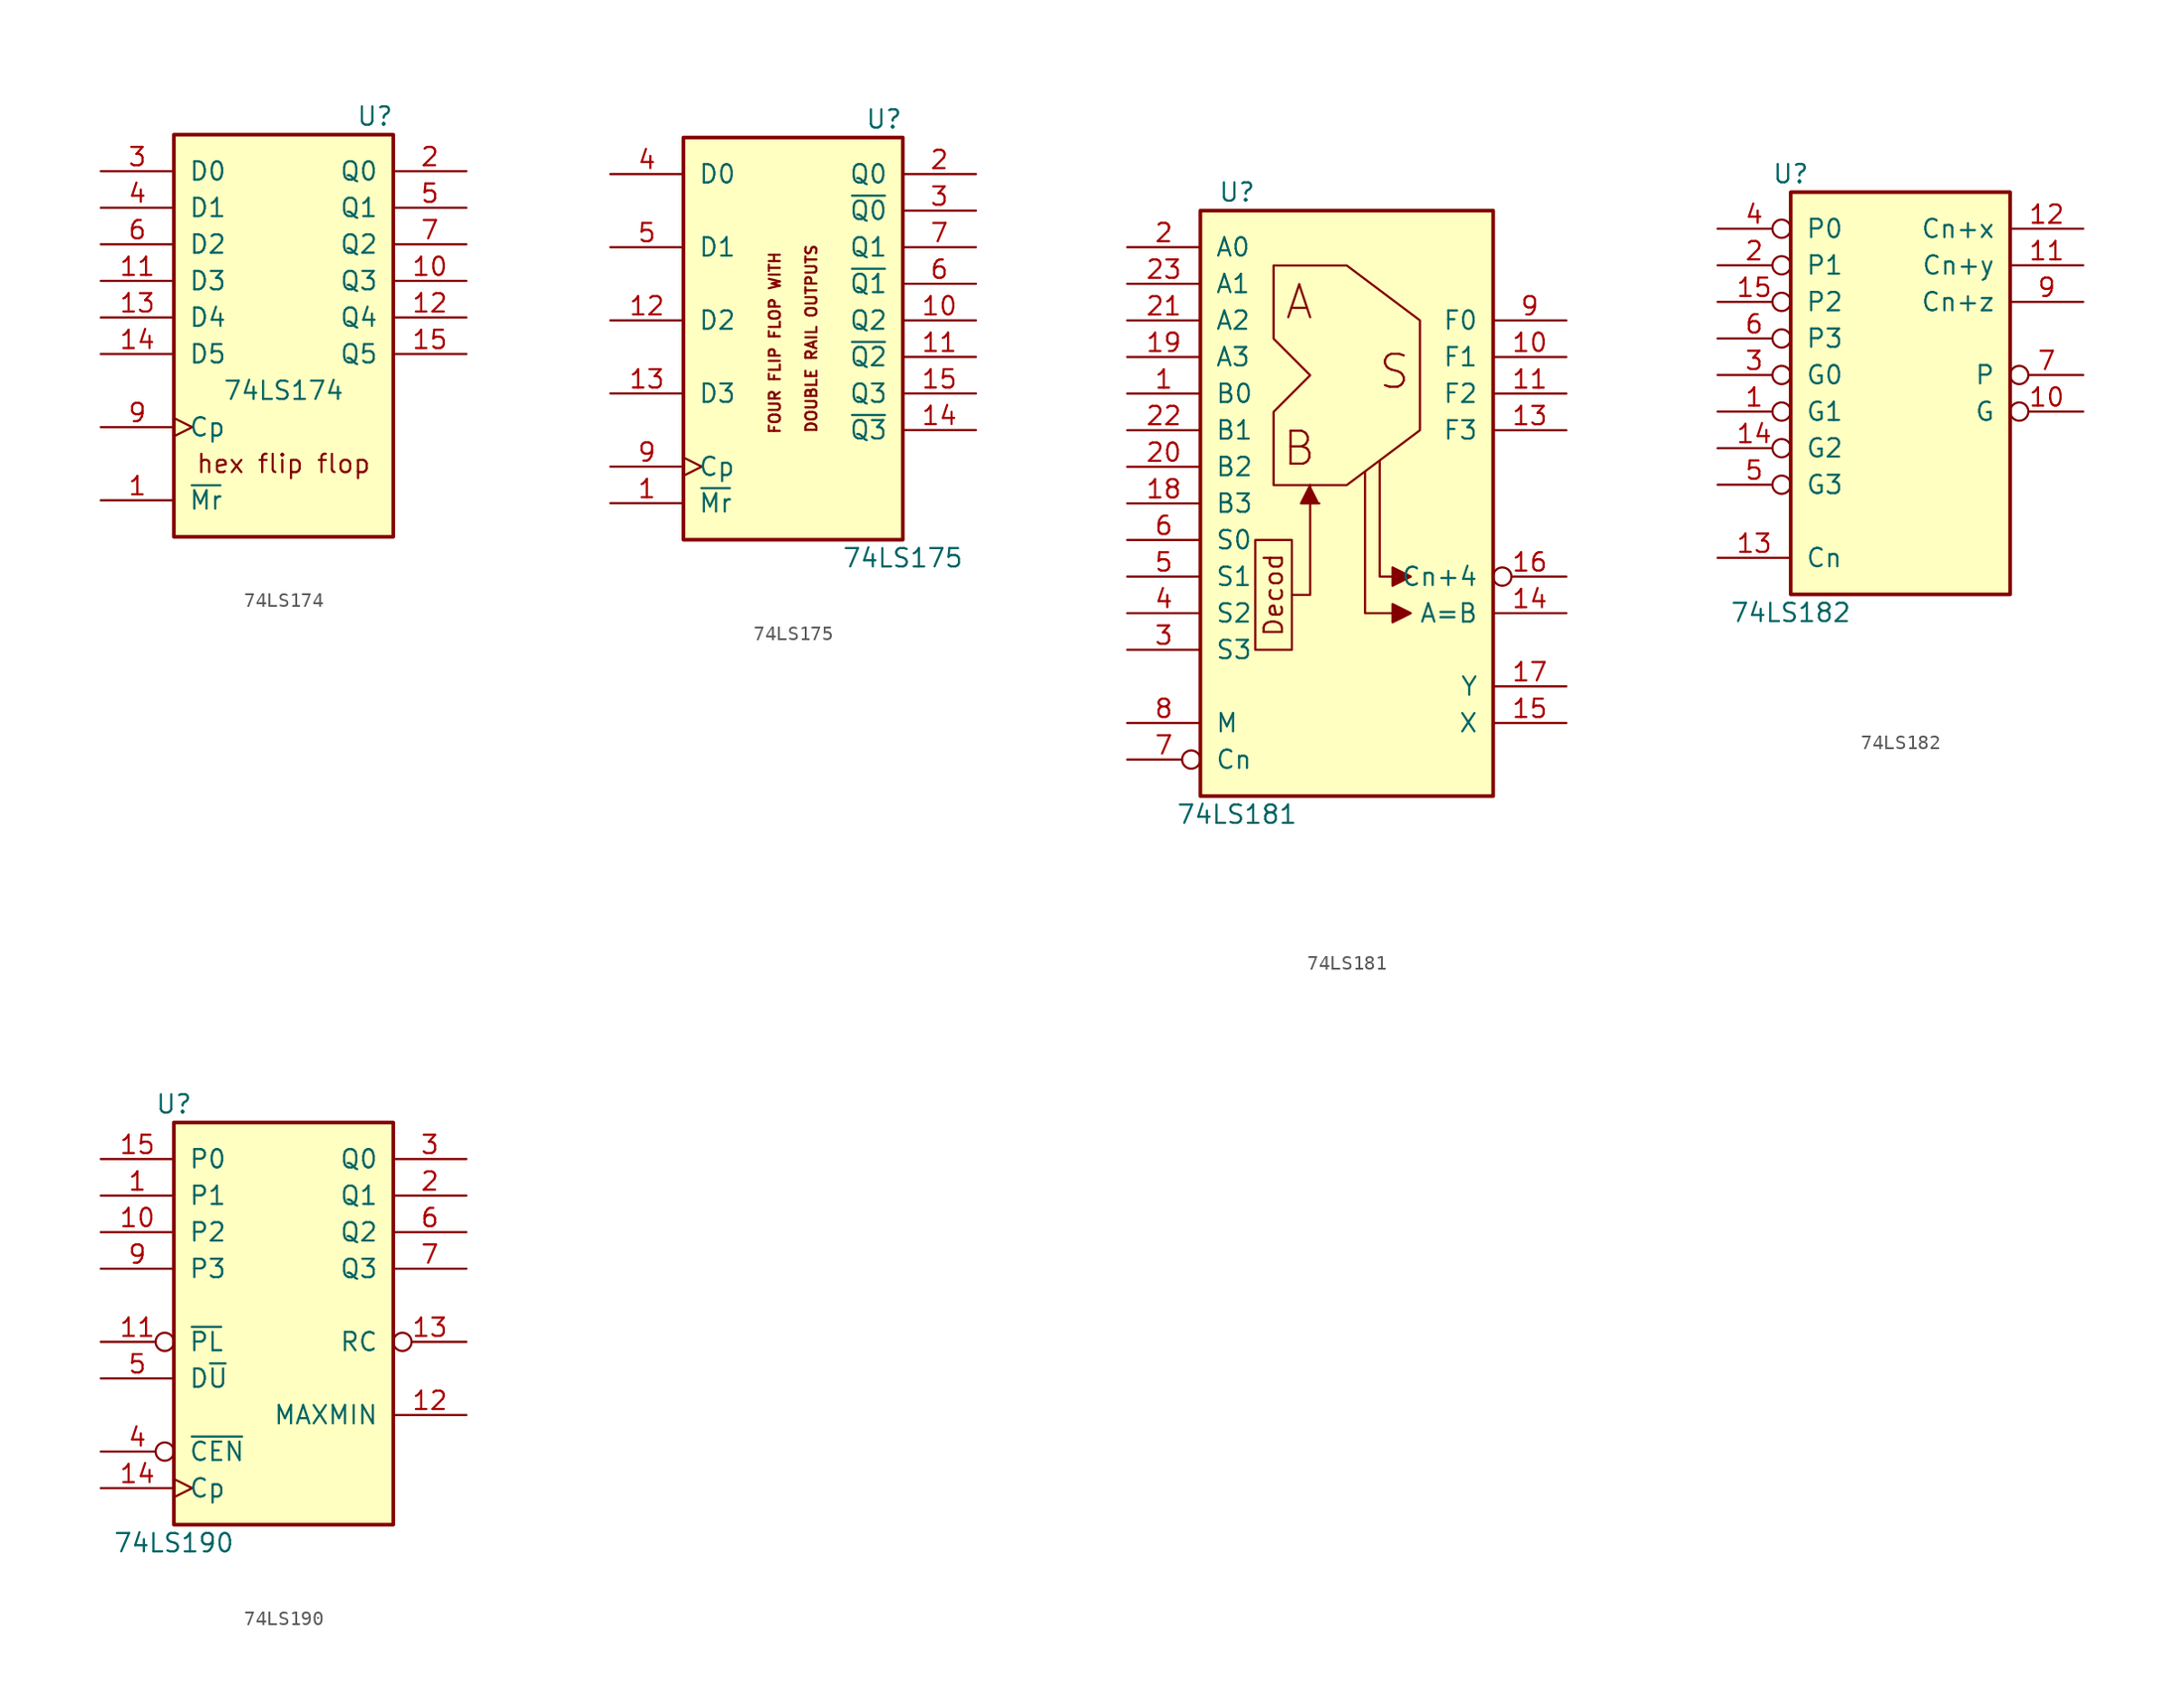
<source format=kicad_sym>
(kicad_symbol_lib
  (version 20231120)
  (generator "kicad_symbol_editor")
  (generator_version "8.0")
  (symbol "74LS174"
    (pin_names
      (offset 1.016))
    (property "Reference" "U"
      (at 6.35 13.97 0)
      (effects (font (size 1.27 1.27))))
    (property "Value" "74LS174"
      (at 0 -5.08 0)
      (effects (font (size 1.27 1.27))))
    (property "ki_locked" ""
      (at 0 0 0)
      (effects (font (size 1.27 1.27))))
    (symbol "74LS174_0_0"
      (text "hex flip flop" (at 0 -10.16 0) (effects (font (size 1.27 1.27)))))
    (symbol "74LS174_1_0"
      (pin input line (at -12.7 -12.7 0) (length 5.08) (name "~{Mr}" (effects (font (size 1.27 1.27)))) (number "1" (effects (font (size 1.27 1.27)))))
      (pin output line (at 12.7 2.54 180) (length 5.08) (name "Q3" (effects (font (size 1.27 1.27)))) (number "10" (effects (font (size 1.27 1.27)))))
      (pin input line (at -12.7 2.54 0) (length 5.08) (name "D3" (effects (font (size 1.27 1.27)))) (number "11" (effects (font (size 1.27 1.27)))))
      (pin output line (at 12.7 0 180) (length 5.08) (name "Q4" (effects (font (size 1.27 1.27)))) (number "12" (effects (font (size 1.27 1.27)))))
      (pin input line (at -12.7 0 0) (length 5.08) (name "D4" (effects (font (size 1.27 1.27)))) (number "13" (effects (font (size 1.27 1.27)))))
      (pin input line (at -12.7 -2.54 0) (length 5.08) (name "D5" (effects (font (size 1.27 1.27)))) (number "14" (effects (font (size 1.27 1.27)))))
      (pin output line (at 12.7 -2.54 180) (length 5.08) (name "Q5" (effects (font (size 1.27 1.27)))) (number "15" (effects (font (size 1.27 1.27)))))
      (pin output line (at 12.7 10.16 180) (length 5.08) (name "Q0" (effects (font (size 1.27 1.27)))) (number "2" (effects (font (size 1.27 1.27)))))
      (pin input line (at -12.7 10.16 0) (length 5.08) (name "D0" (effects (font (size 1.27 1.27)))) (number "3" (effects (font (size 1.27 1.27)))))
      (pin input line (at -12.7 7.62 0) (length 5.08) (name "D1" (effects (font (size 1.27 1.27)))) (number "4" (effects (font (size 1.27 1.27)))))
      (pin output line (at 12.7 7.62 180) (length 5.08) (name "Q1" (effects (font (size 1.27 1.27)))) (number "5" (effects (font (size 1.27 1.27)))))
      (pin input line (at -12.7 5.08 0) (length 5.08) (name "D2" (effects (font (size 1.27 1.27)))) (number "6" (effects (font (size 1.27 1.27)))))
      (pin output line (at 12.7 5.08 180) (length 5.08) (name "Q2" (effects (font (size 1.27 1.27)))) (number "7" (effects (font (size 1.27 1.27)))))
      (pin input clock (at -12.7 -7.62 0) (length 5.08) (name "Cp" (effects (font (size 1.27 1.27)))) (number "9" (effects (font (size 1.27 1.27))))))
    (symbol "74LS174_1_1"
      (rectangle (start -7.62 12.7) (end 7.62 -15.24) (stroke (width 0.254) (type default)) (fill (type background)))
      (pin power_in line (at 0 12.7 270) (length 5.08) hide (name "VCC" (effects (font (size 1.27 1.27)))) (number "16" (effects (font (size 1.27 1.27)))))
      (pin power_in line (at 0 -15.24 90) (length 5.08) hide (name "GND" (effects (font (size 1.27 1.27)))) (number "8" (effects (font (size 1.27 1.27)))))))
  (symbol "74LS175"
    (pin_names
      (offset 1.016))
    (property "Reference" "U"
      (at 7.62 13.97 0)
      (effects (font (size 1.27 1.27)) (justify right)))
    (property "Value" "74LS175"
      (at 7.62 -16.51 0)
      (effects (font (size 1.27 1.27))))
    (property "ki_locked" ""
      (at 0 0 0)
      (effects (font (size 1.27 1.27))))
    (symbol "74LS175_0_0"
      (text "DOUBLE RAIL OUTPUTS" (at 1.27 -1.27 900) (effects (font (size 0.762 0.762))))
      (text "FOUR FLIP FLOP WITH " (at -1.27 -1.27 900) (effects (font (size 0.762 0.762)))))
    (symbol "74LS175_1_0"
      (pin input line (at -12.7 -12.7 0) (length 5.08) (name "~{Mr}" (effects (font (size 1.27 1.27)))) (number "1" (effects (font (size 1.27 1.27)))))
      (pin output line (at 12.7 0 180) (length 5.08) (name "Q2" (effects (font (size 1.27 1.27)))) (number "10" (effects (font (size 1.27 1.27)))))
      (pin output line (at 12.7 -2.54 180) (length 5.08) (name "~{Q2}" (effects (font (size 1.27 1.27)))) (number "11" (effects (font (size 1.27 1.27)))))
      (pin input line (at -12.7 0 0) (length 5.08) (name "D2" (effects (font (size 1.27 1.27)))) (number "12" (effects (font (size 1.27 1.27)))))
      (pin input line (at -12.7 -5.08 0) (length 5.08) (name "D3" (effects (font (size 1.27 1.27)))) (number "13" (effects (font (size 1.27 1.27)))))
      (pin output line (at 12.7 -7.62 180) (length 5.08) (name "~{Q3}" (effects (font (size 1.27 1.27)))) (number "14" (effects (font (size 1.27 1.27)))))
      (pin output line (at 12.7 -5.08 180) (length 5.08) (name "Q3" (effects (font (size 1.27 1.27)))) (number "15" (effects (font (size 1.27 1.27)))))
      (pin power_in line (at 0 12.7 270) (length 5.08) hide (name "VCC" (effects (font (size 1.27 1.27)))) (number "16" (effects (font (size 1.27 1.27)))))
      (pin output line (at 12.7 10.16 180) (length 5.08) (name "Q0" (effects (font (size 1.27 1.27)))) (number "2" (effects (font (size 1.27 1.27)))))
      (pin output line (at 12.7 7.62 180) (length 5.08) (name "~{Q0}" (effects (font (size 1.27 1.27)))) (number "3" (effects (font (size 1.27 1.27)))))
      (pin input line (at -12.7 10.16 0) (length 5.08) (name "D0" (effects (font (size 1.27 1.27)))) (number "4" (effects (font (size 1.27 1.27)))))
      (pin input line (at -12.7 5.08 0) (length 5.08) (name "D1" (effects (font (size 1.27 1.27)))) (number "5" (effects (font (size 1.27 1.27)))))
      (pin output line (at 12.7 2.54 180) (length 5.08) (name "~{Q1}" (effects (font (size 1.27 1.27)))) (number "6" (effects (font (size 1.27 1.27)))))
      (pin output line (at 12.7 5.08 180) (length 5.08) (name "Q1" (effects (font (size 1.27 1.27)))) (number "7" (effects (font (size 1.27 1.27)))))
      (pin power_in line (at 0 -15.24 90) (length 5.08) hide (name "GND" (effects (font (size 1.27 1.27)))) (number "8" (effects (font (size 1.27 1.27)))))
      (pin input clock (at -12.7 -10.16 0) (length 5.08) (name "Cp" (effects (font (size 1.27 1.27)))) (number "9" (effects (font (size 1.27 1.27))))))
    (symbol "74LS175_1_1"
      (rectangle (start -7.62 12.7) (end 7.62 -15.24) (stroke (width 0.254) (type default)) (fill (type background)))))
  (symbol "74LS181"
    (pin_names
      (offset 1.016))
    (property "Reference" "U"
      (at -7.62 21.59 0)
      (effects (font (size 1.27 1.27))))
    (property "Value" "74LS181"
      (at -7.62 -21.59 0)
      (effects (font (size 1.27 1.27))))
    (property "ki_locked" ""
      (at 0 0 0)
      (effects (font (size 1.27 1.27))))
    (symbol "74LS181_1_0"
      (polyline (pts (xy -3.81 -6.35) (xy -2.54 -6.35) (xy -2.54 1.27)) (stroke (width 0) (type default)) (fill (type none)))
      (polyline (pts (xy -2.54 1.27) (xy -3.175 0) (xy -1.905 0)) (stroke (width 0) (type default)) (fill (type outline)))
      (polyline (pts (xy 1.27 2.159) (xy 1.27 -7.62) (xy 3.175 -7.62)) (stroke (width 0) (type default)) (fill (type none)))
      (polyline (pts (xy 3.175 -5.08) (xy 2.286 -5.08) (xy 2.286 2.921)) (stroke (width 0) (type default)) (fill (type none)))
      (polyline (pts (xy 4.445 -7.62) (xy 3.175 -6.985) (xy 3.175 -8.255) (xy 4.445 -7.62)) (stroke (width 0) (type default)) (fill (type outline)))
      (polyline (pts (xy 4.445 -5.08) (xy 3.175 -4.445) (xy 3.175 -5.715) (xy 4.445 -5.08)) (stroke (width 0) (type default)) (fill (type outline)))
      (polyline (pts (xy -6.35 -2.54) (xy -6.35 -10.16) (xy -3.81 -10.16) (xy -3.81 -2.54) (xy -6.35 -2.54)) (stroke (width 0) (type default)) (fill (type none)))
      (polyline (pts (xy -5.08 16.51) (xy -5.08 11.43) (xy -2.54 8.89) (xy -5.08 6.35) (xy -5.08 1.27) (xy 0 1.27) (xy 5.08 5.08) (xy 5.08 12.7) (xy 0 16.51) (xy -5.08 16.51)) (stroke (width 0) (type default)) (fill (type none)))
      (text "A" (at -3.302 13.97 0) (effects (font (size 2.286 2.286))))
      (text "B" (at -3.302 3.81 0) (effects (font (size 2.286 2.286))))
      (text "Decod" (at -5.08 -6.35 900) (effects (font (size 1.27 1.27))))
      (text "S" (at 3.302 9.144 0) (effects (font (size 2.286 2.286))))
      (pin input line (at -15.24 7.62 0) (length 5.08) (name "B0" (effects (font (size 1.27 1.27)))) (number "1" (effects (font (size 1.27 1.27)))))
      (pin output line (at 15.24 10.16 180) (length 5.08) (name "F1" (effects (font (size 1.27 1.27)))) (number "10" (effects (font (size 1.27 1.27)))))
      (pin output line (at 15.24 7.62 180) (length 5.08) (name "F2" (effects (font (size 1.27 1.27)))) (number "11" (effects (font (size 1.27 1.27)))))
      (pin input line (at 0 -25.4 90) (length 5.08) hide (name "GND" (effects (font (size 1.27 1.27)))) (number "12" (effects (font (size 1.27 1.27)))))
      (pin output line (at 15.24 5.08 180) (length 5.08) (name "F3" (effects (font (size 1.27 1.27)))) (number "13" (effects (font (size 1.27 1.27)))))
      (pin output line (at 15.24 -7.62 180) (length 5.08) (name "A=B" (effects (font (size 1.27 1.27)))) (number "14" (effects (font (size 1.27 1.27)))))
      (pin output line (at 15.24 -15.24 180) (length 5.08) (name "X" (effects (font (size 1.27 1.27)))) (number "15" (effects (font (size 1.27 1.27)))))
      (pin output inverted (at 15.24 -5.08 180) (length 5.08) (name "Cn+4" (effects (font (size 1.27 1.27)))) (number "16" (effects (font (size 1.27 1.27)))))
      (pin output line (at 15.24 -12.7 180) (length 5.08) (name "Y" (effects (font (size 1.27 1.27)))) (number "17" (effects (font (size 1.27 1.27)))))
      (pin input line (at -15.24 0 0) (length 5.08) (name "B3" (effects (font (size 1.27 1.27)))) (number "18" (effects (font (size 1.27 1.27)))))
      (pin input line (at -15.24 10.16 0) (length 5.08) (name "A3" (effects (font (size 1.27 1.27)))) (number "19" (effects (font (size 1.27 1.27)))))
      (pin input line (at -15.24 17.78 0) (length 5.08) (name "A0" (effects (font (size 1.27 1.27)))) (number "2" (effects (font (size 1.27 1.27)))))
      (pin input line (at -15.24 2.54 0) (length 5.08) (name "B2" (effects (font (size 1.27 1.27)))) (number "20" (effects (font (size 1.27 1.27)))))
      (pin input line (at -15.24 12.7 0) (length 5.08) (name "A2" (effects (font (size 1.27 1.27)))) (number "21" (effects (font (size 1.27 1.27)))))
      (pin input line (at -15.24 5.08 0) (length 5.08) (name "B1" (effects (font (size 1.27 1.27)))) (number "22" (effects (font (size 1.27 1.27)))))
      (pin input line (at -15.24 15.24 0) (length 5.08) (name "A1" (effects (font (size 1.27 1.27)))) (number "23" (effects (font (size 1.27 1.27)))))
      (pin input line (at 0 25.4 270) (length 5.08) hide (name "VCC" (effects (font (size 1.27 1.27)))) (number "24" (effects (font (size 1.27 1.27)))))
      (pin input line (at -15.24 -10.16 0) (length 5.08) (name "S3" (effects (font (size 1.27 1.27)))) (number "3" (effects (font (size 1.27 1.27)))))
      (pin input line (at -15.24 -7.62 0) (length 5.08) (name "S2" (effects (font (size 1.27 1.27)))) (number "4" (effects (font (size 1.27 1.27)))))
      (pin input line (at -15.24 -5.08 0) (length 5.08) (name "S1" (effects (font (size 1.27 1.27)))) (number "5" (effects (font (size 1.27 1.27)))))
      (pin input line (at -15.24 -2.54 0) (length 5.08) (name "S0" (effects (font (size 1.27 1.27)))) (number "6" (effects (font (size 1.27 1.27)))))
      (pin input inverted (at -15.24 -17.78 0) (length 5.08) (name "Cn" (effects (font (size 1.27 1.27)))) (number "7" (effects (font (size 1.27 1.27)))))
      (pin input line (at -15.24 -15.24 0) (length 5.08) (name "M" (effects (font (size 1.27 1.27)))) (number "8" (effects (font (size 1.27 1.27)))))
      (pin output line (at 15.24 12.7 180) (length 5.08) (name "F0" (effects (font (size 1.27 1.27)))) (number "9" (effects (font (size 1.27 1.27))))))
    (symbol "74LS181_1_1"
      (rectangle (start -10.16 20.32) (end 10.16 -20.32) (stroke (width 0.254) (type default)) (fill (type background)))))
  (symbol "74LS182"
    (pin_names
      (offset 1.016))
    (property "Reference" "U"
      (at -7.62 13.97 0)
      (effects (font (size 1.27 1.27))))
    (property "Value" "74LS182"
      (at -7.62 -16.51 0)
      (effects (font (size 1.27 1.27))))
    (property "ki_locked" ""
      (at 0 0 0)
      (effects (font (size 1.27 1.27))))
    (symbol "74LS182_1_0"
      (pin input inverted (at -12.7 -2.54 0) (length 5.08) (name "G1" (effects (font (size 1.27 1.27)))) (number "1" (effects (font (size 1.27 1.27)))))
      (pin output inverted (at 12.7 -2.54 180) (length 5.08) (name "G" (effects (font (size 1.27 1.27)))) (number "10" (effects (font (size 1.27 1.27)))))
      (pin output line (at 12.7 7.62 180) (length 5.08) (name "Cn+y" (effects (font (size 1.27 1.27)))) (number "11" (effects (font (size 1.27 1.27)))))
      (pin output line (at 12.7 10.16 180) (length 5.08) (name "Cn+x" (effects (font (size 1.27 1.27)))) (number "12" (effects (font (size 1.27 1.27)))))
      (pin input line (at -12.7 -12.7 0) (length 5.08) (name "Cn" (effects (font (size 1.27 1.27)))) (number "13" (effects (font (size 1.27 1.27)))))
      (pin input inverted (at -12.7 -5.08 0) (length 5.08) (name "G2" (effects (font (size 1.27 1.27)))) (number "14" (effects (font (size 1.27 1.27)))))
      (pin input inverted (at -12.7 5.08 0) (length 5.08) (name "P2" (effects (font (size 1.27 1.27)))) (number "15" (effects (font (size 1.27 1.27)))))
      (pin input line (at 0 17.78 270) (length 5.08) hide (name "VCC" (effects (font (size 1.27 1.27)))) (number "16" (effects (font (size 1.27 1.27)))))
      (pin input inverted (at -12.7 7.62 0) (length 5.08) (name "P1" (effects (font (size 1.27 1.27)))) (number "2" (effects (font (size 1.27 1.27)))))
      (pin input inverted (at -12.7 0 0) (length 5.08) (name "G0" (effects (font (size 1.27 1.27)))) (number "3" (effects (font (size 1.27 1.27)))))
      (pin input inverted (at -12.7 10.16 0) (length 5.08) (name "P0" (effects (font (size 1.27 1.27)))) (number "4" (effects (font (size 1.27 1.27)))))
      (pin input inverted (at -12.7 -7.62 0) (length 5.08) (name "G3" (effects (font (size 1.27 1.27)))) (number "5" (effects (font (size 1.27 1.27)))))
      (pin input inverted (at -12.7 2.54 0) (length 5.08) (name "P3" (effects (font (size 1.27 1.27)))) (number "6" (effects (font (size 1.27 1.27)))))
      (pin output inverted (at 12.7 0 180) (length 5.08) (name "P" (effects (font (size 1.27 1.27)))) (number "7" (effects (font (size 1.27 1.27)))))
      (pin input line (at 0 -20.32 90) (length 5.08) hide (name "GND" (effects (font (size 1.27 1.27)))) (number "8" (effects (font (size 1.27 1.27)))))
      (pin output line (at 12.7 5.08 180) (length 5.08) (name "Cn+z" (effects (font (size 1.27 1.27)))) (number "9" (effects (font (size 1.27 1.27))))))
    (symbol "74LS182_1_1"
      (rectangle (start -7.62 12.7) (end 7.62 -15.24) (stroke (width 0.254) (type default)) (fill (type background)))))
  (symbol "74LS190"
    (pin_names
      (offset 1.016))
    (property "Reference" "U"
      (at -7.62 13.97 0)
      (effects (font (size 1.27 1.27))))
    (property "Value" "74LS190"
      (at -7.62 -16.51 0)
      (effects (font (size 1.27 1.27))))
    (property "ki_locked" ""
      (at 0 0 0)
      (effects (font (size 1.27 1.27))))
    (symbol "74LS190_1_0"
      (pin input line (at -12.7 7.62 0) (length 5.08) (name "P1" (effects (font (size 1.27 1.27)))) (number "1" (effects (font (size 1.27 1.27)))))
      (pin input line (at -12.7 5.08 0) (length 5.08) (name "P2" (effects (font (size 1.27 1.27)))) (number "10" (effects (font (size 1.27 1.27)))))
      (pin input inverted (at -12.7 -2.54 0) (length 5.08) (name "~{PL}" (effects (font (size 1.27 1.27)))) (number "11" (effects (font (size 1.27 1.27)))))
      (pin output line (at 12.7 -7.62 180) (length 5.08) (name "MAXMIN" (effects (font (size 1.27 1.27)))) (number "12" (effects (font (size 1.27 1.27)))))
      (pin output inverted (at 12.7 -2.54 180) (length 5.08) (name "RC" (effects (font (size 1.27 1.27)))) (number "13" (effects (font (size 1.27 1.27)))))
      (pin input clock (at -12.7 -12.7 0) (length 5.08) (name "Cp" (effects (font (size 1.27 1.27)))) (number "14" (effects (font (size 1.27 1.27)))))
      (pin input line (at -12.7 10.16 0) (length 5.08) (name "P0" (effects (font (size 1.27 1.27)))) (number "15" (effects (font (size 1.27 1.27)))))
      (pin power_in line (at 0 12.7 270) (length 5.08) hide (name "VCC" (effects (font (size 1.27 1.27)))) (number "16" (effects (font (size 1.27 1.27)))))
      (pin output line (at 12.7 7.62 180) (length 5.08) (name "Q1" (effects (font (size 1.27 1.27)))) (number "2" (effects (font (size 1.27 1.27)))))
      (pin output line (at 12.7 10.16 180) (length 5.08) (name "Q0" (effects (font (size 1.27 1.27)))) (number "3" (effects (font (size 1.27 1.27)))))
      (pin input inverted (at -12.7 -10.16 0) (length 5.08) (name "~{CEN}" (effects (font (size 1.27 1.27)))) (number "4" (effects (font (size 1.27 1.27)))))
      (pin input line (at -12.7 -5.08 0) (length 5.08) (name "D~{U}" (effects (font (size 1.27 1.27)))) (number "5" (effects (font (size 1.27 1.27)))))
      (pin output line (at 12.7 5.08 180) (length 5.08) (name "Q2" (effects (font (size 1.27 1.27)))) (number "6" (effects (font (size 1.27 1.27)))))
      (pin output line (at 12.7 2.54 180) (length 5.08) (name "Q3" (effects (font (size 1.27 1.27)))) (number "7" (effects (font (size 1.27 1.27)))))
      (pin power_in line (at 0 -15.24 90) (length 5.08) hide (name "GND" (effects (font (size 1.27 1.27)))) (number "8" (effects (font (size 1.27 1.27)))))
      (pin input line (at -12.7 2.54 0) (length 5.08) (name "P3" (effects (font (size 1.27 1.27)))) (number "9" (effects (font (size 1.27 1.27))))))
    (symbol "74LS190_1_1"
      (rectangle (start -7.62 12.7) (end 7.62 -15.24) (stroke (width 0.254) (type default)) (fill (type background))))))
</source>
